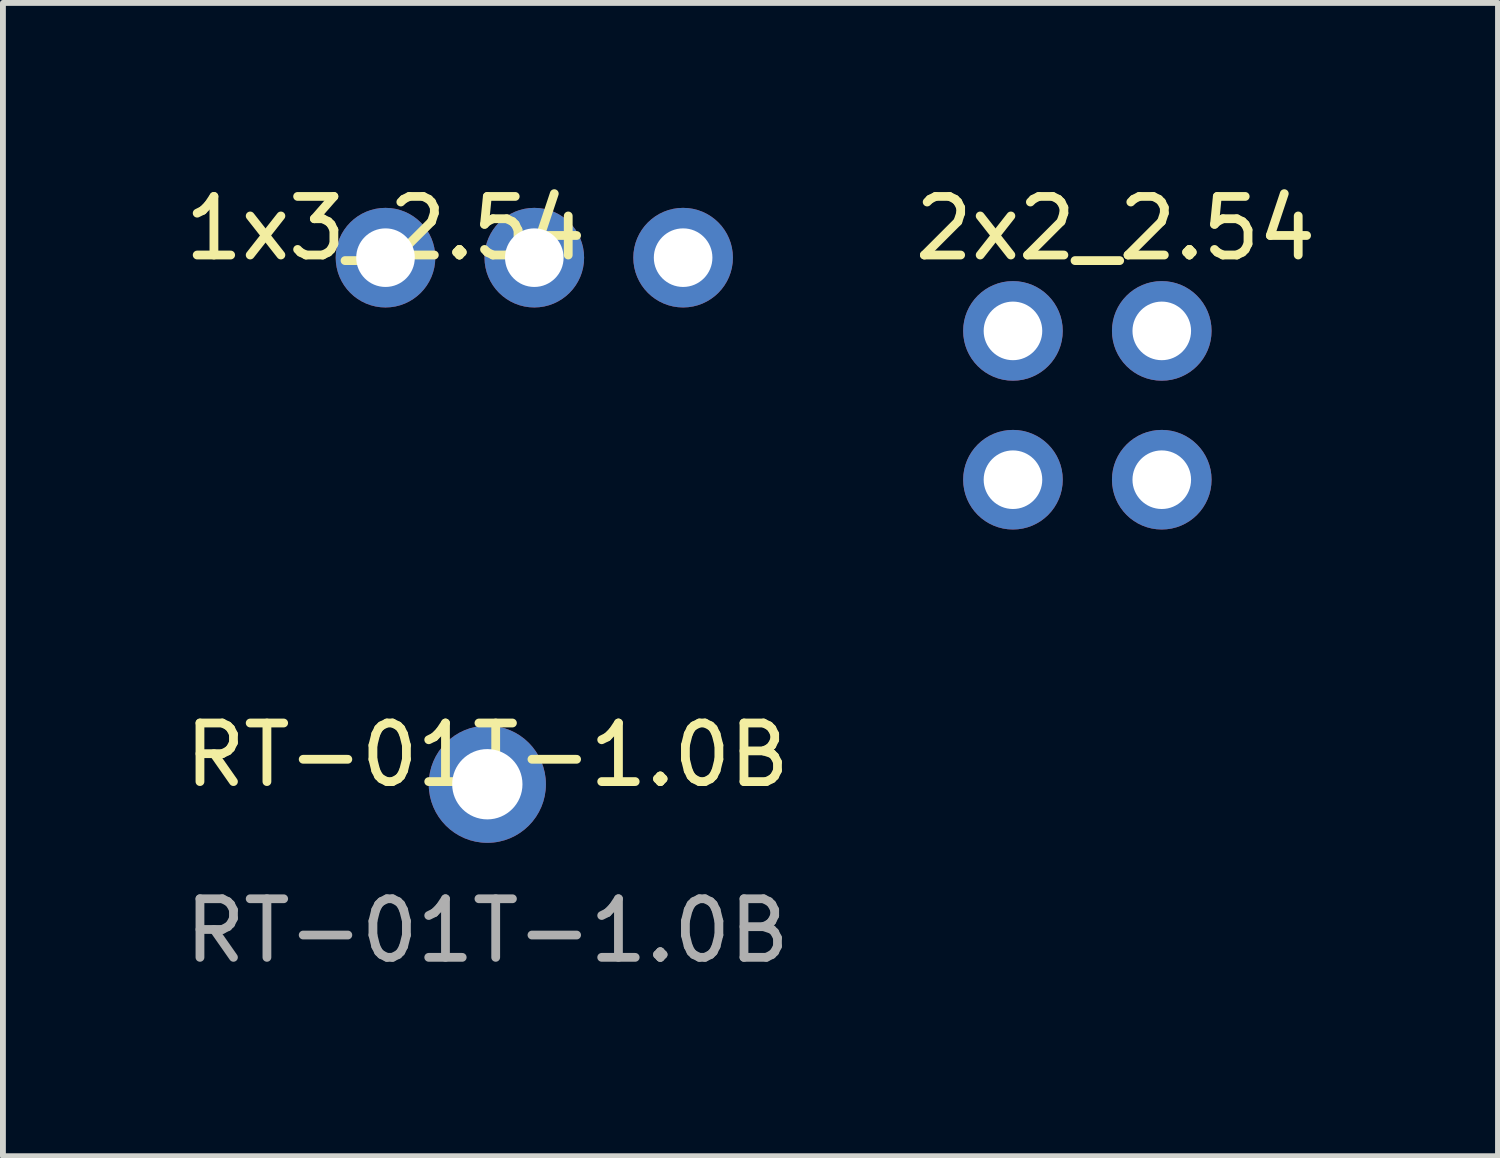
<source format=kicad_pcb>
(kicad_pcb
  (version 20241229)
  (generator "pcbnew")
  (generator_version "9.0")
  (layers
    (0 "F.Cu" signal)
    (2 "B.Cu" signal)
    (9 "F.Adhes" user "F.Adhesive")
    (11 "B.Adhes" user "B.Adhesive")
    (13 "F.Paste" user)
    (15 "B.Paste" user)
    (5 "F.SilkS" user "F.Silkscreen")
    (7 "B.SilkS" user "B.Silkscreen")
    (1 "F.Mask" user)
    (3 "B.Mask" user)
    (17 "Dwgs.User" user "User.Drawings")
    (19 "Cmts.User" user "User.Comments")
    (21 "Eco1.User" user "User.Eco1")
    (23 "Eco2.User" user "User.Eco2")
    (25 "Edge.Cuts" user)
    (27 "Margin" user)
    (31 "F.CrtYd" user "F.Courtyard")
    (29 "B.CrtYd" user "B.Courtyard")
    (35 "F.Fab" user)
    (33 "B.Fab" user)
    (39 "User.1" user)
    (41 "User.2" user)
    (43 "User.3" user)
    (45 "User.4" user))
  (footprint "2x2_2.54"
    (layer "F.Cu")
    (at 14.24 2.598)
    (property "Reference" "2x2_2.54" (at 1.75 -1.75 0) (unlocked yes) (layer "F.SilkS") (effects (font (size 1 1) (thickness 0.15))))
    (attr through_hole)
    (pad "1" thru_hole oval (at 0 0) (size 1.7 1.7) (drill 1) (layers "*.Cu" "*.Mask"))
    (pad "2" thru_hole oval (at 2.54 0) (size 1.7 1.7) (drill 1) (layers "*.Cu" "*.Mask"))
    (pad "3" thru_hole oval (at 0 2.54) (size 1.7 1.7) (drill 1) (layers "*.Cu" "*.Mask"))
    (pad "4" thru_hole oval (at 2.54 2.54) (size 1.7 1.7) (drill 1) (layers "*.Cu" "*.Mask")))
  (footprint "RT-01T-1.0B"
    (layer "F.Cu")
    (at 5.268 10.336)
    (property "Reference" "RT-01T-1.0B" (at 0 -0.5 0) (unlocked yes) (layer "F.SilkS") (effects (font (size 1 1) (thickness 0.15))))
    (attr through_hole)
    (fp_text user "${REFERENCE}" (at 0 2.5 0) (unlocked yes) (layer "F.Fab") (effects (font (size 1 1) (thickness 0.15))))
    (pad "1" thru_hole circle (at 0 0 90) (size 2 2) (drill 1.2) (layers "*.Cu" "*.Mask")))
  (footprint "1x3_2.54"
    (layer "F.Cu")
    (at 3.53 1.348)
    (property "Reference" "1x3_2.54" (at 0 -0.5 0) (unlocked yes) (layer "F.SilkS") (effects (font (size 1 1) (thickness 0.15))))
    (attr through_hole)
    (pad "1" thru_hole oval (at 0 0 90) (size 1.7 1.7) (drill 1) (layers "*.Cu" "*.Mask"))
    (pad "2" thru_hole oval (at 2.54 0 90) (size 1.7 1.7) (drill 1) (layers "*.Cu" "*.Mask"))
    (pad "3" thru_hole oval (at 5.08 0 90) (size 1.7 1.7) (drill 1) (layers "*.Cu" "*.Mask")))
  (gr_rect
    (start -3 -3)
    (end 22.519 16.685)
    (stroke (width 0.1) (type default))
    (fill no)
    (layer "Edge.Cuts")))
</source>
